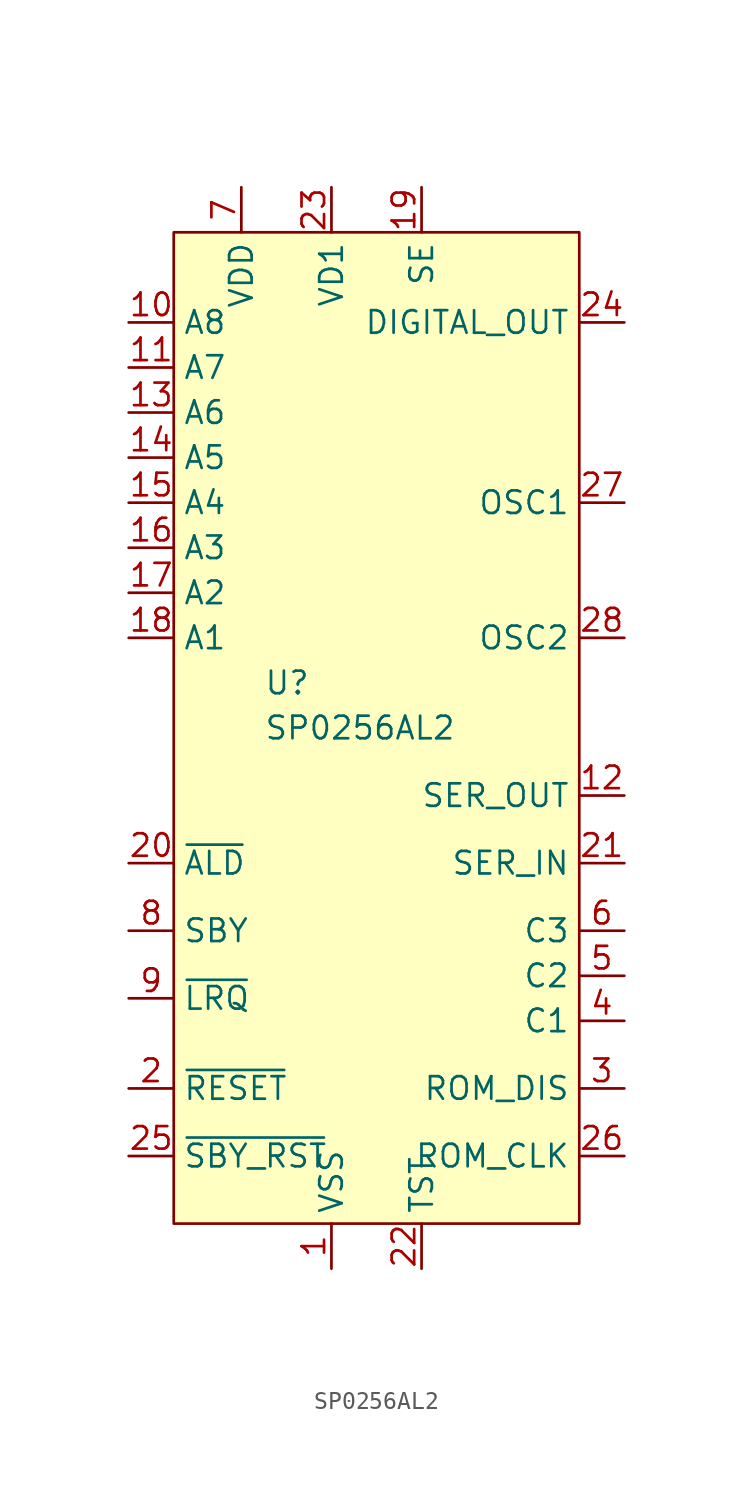
<source format=kicad_sym>
(kicad_symbol_lib
  (version 20220914)
  (generator kicad_symbol_editor)
  (symbol "SP0256AL2"
    (property "Reference" "U"
      (at -6.35 2.54 0)
      (effects (font (size 1.27 1.27)) (justify left)))
    (property "Value" "SP0256AL2"
      (at -6.35 0 0)
      (effects (font (size 1.27 1.27)) (justify left)))
    (symbol "SP0256AL2_1_1"
      (rectangle (start -11.43 27.94) (end 11.43 -27.94) (stroke (width 0) (type default)) (fill (type background)))
      (pin power_in line (at -2.54 -30.48 90) (length 2.54) (name "VSS" (effects (font (size 1.27 1.27)))) (number "1" (effects (font (size 1.27 1.27)))))
      (pin input line (at -13.97 22.86 0) (length 2.54) (name "A8" (effects (font (size 1.27 1.27)))) (number "10" (effects (font (size 1.27 1.27)))))
      (pin input line (at -13.97 20.32 0) (length 2.54) (name "A7" (effects (font (size 1.27 1.27)))) (number "11" (effects (font (size 1.27 1.27)))))
      (pin output line (at 13.97 -3.81 180) (length 2.54) (name "SER_OUT" (effects (font (size 1.27 1.27)))) (number "12" (effects (font (size 1.27 1.27)))))
      (pin input line (at -13.97 17.78 0) (length 2.54) (name "A6" (effects (font (size 1.27 1.27)))) (number "13" (effects (font (size 1.27 1.27)))))
      (pin input line (at -13.97 15.24 0) (length 2.54) (name "A5" (effects (font (size 1.27 1.27)))) (number "14" (effects (font (size 1.27 1.27)))))
      (pin input line (at -13.97 12.7 0) (length 2.54) (name "A4" (effects (font (size 1.27 1.27)))) (number "15" (effects (font (size 1.27 1.27)))))
      (pin input line (at -13.97 10.16 0) (length 2.54) (name "A3" (effects (font (size 1.27 1.27)))) (number "16" (effects (font (size 1.27 1.27)))))
      (pin input line (at -13.97 7.62 0) (length 2.54) (name "A2" (effects (font (size 1.27 1.27)))) (number "17" (effects (font (size 1.27 1.27)))))
      (pin input line (at -13.97 5.08 0) (length 2.54) (name "A1" (effects (font (size 1.27 1.27)))) (number "18" (effects (font (size 1.27 1.27)))))
      (pin input line (at 2.54 30.48 270) (length 2.54) (name "SE" (effects (font (size 1.27 1.27)))) (number "19" (effects (font (size 1.27 1.27)))))
      (pin output line (at -13.97 -20.32 0) (length 2.54) (name "~{RESET}" (effects (font (size 1.27 1.27)))) (number "2" (effects (font (size 1.27 1.27)))))
      (pin input line (at -13.97 -7.62 0) (length 2.54) (name "~{ALD}" (effects (font (size 1.27 1.27)))) (number "20" (effects (font (size 1.27 1.27)))))
      (pin input line (at 13.97 -7.62 180) (length 2.54) (name "SER_IN" (effects (font (size 1.27 1.27)))) (number "21" (effects (font (size 1.27 1.27)))))
      (pin input line (at 2.54 -30.48 90) (length 2.54) (name "TST" (effects (font (size 1.27 1.27)))) (number "22" (effects (font (size 1.27 1.27)))))
      (pin power_in line (at -2.54 30.48 270) (length 2.54) (name "VD1" (effects (font (size 1.27 1.27)))) (number "23" (effects (font (size 1.27 1.27)))))
      (pin output line (at 13.97 22.86 180) (length 2.54) (name "DIGITAL_OUT" (effects (font (size 1.27 1.27)))) (number "24" (effects (font (size 1.27 1.27)))))
      (pin output line (at -13.97 -24.13 0) (length 2.54) (name "~{SBY_RST}" (effects (font (size 1.27 1.27)))) (number "25" (effects (font (size 1.27 1.27)))))
      (pin output line (at 13.97 -24.13 180) (length 2.54) (name "ROM_CLK" (effects (font (size 1.27 1.27)))) (number "26" (effects (font (size 1.27 1.27)))))
      (pin input line (at 13.97 12.7 180) (length 2.54) (name "OSC1" (effects (font (size 1.27 1.27)))) (number "27" (effects (font (size 1.27 1.27)))))
      (pin input line (at 13.97 5.08 180) (length 2.54) (name "OSC2" (effects (font (size 1.27 1.27)))) (number "28" (effects (font (size 1.27 1.27)))))
      (pin input line (at 13.97 -20.32 180) (length 2.54) (name "ROM_DIS" (effects (font (size 1.27 1.27)))) (number "3" (effects (font (size 1.27 1.27)))))
      (pin input line (at 13.97 -16.51 180) (length 2.54) (name "C1" (effects (font (size 1.27 1.27)))) (number "4" (effects (font (size 1.27 1.27)))))
      (pin input line (at 13.97 -13.97 180) (length 2.54) (name "C2" (effects (font (size 1.27 1.27)))) (number "5" (effects (font (size 1.27 1.27)))))
      (pin input line (at 13.97 -11.43 180) (length 2.54) (name "C3" (effects (font (size 1.27 1.27)))) (number "6" (effects (font (size 1.27 1.27)))))
      (pin power_in line (at -7.62 30.48 270) (length 2.54) (name "VDD" (effects (font (size 1.27 1.27)))) (number "7" (effects (font (size 1.27 1.27)))))
      (pin output line (at -13.97 -11.43 0) (length 2.54) (name "SBY" (effects (font (size 1.27 1.27)))) (number "8" (effects (font (size 1.27 1.27)))))
      (pin output line (at -13.97 -15.24 0) (length 2.54) (name "~{LRQ}" (effects (font (size 1.27 1.27)))) (number "9" (effects (font (size 1.27 1.27))))))))
</source>
